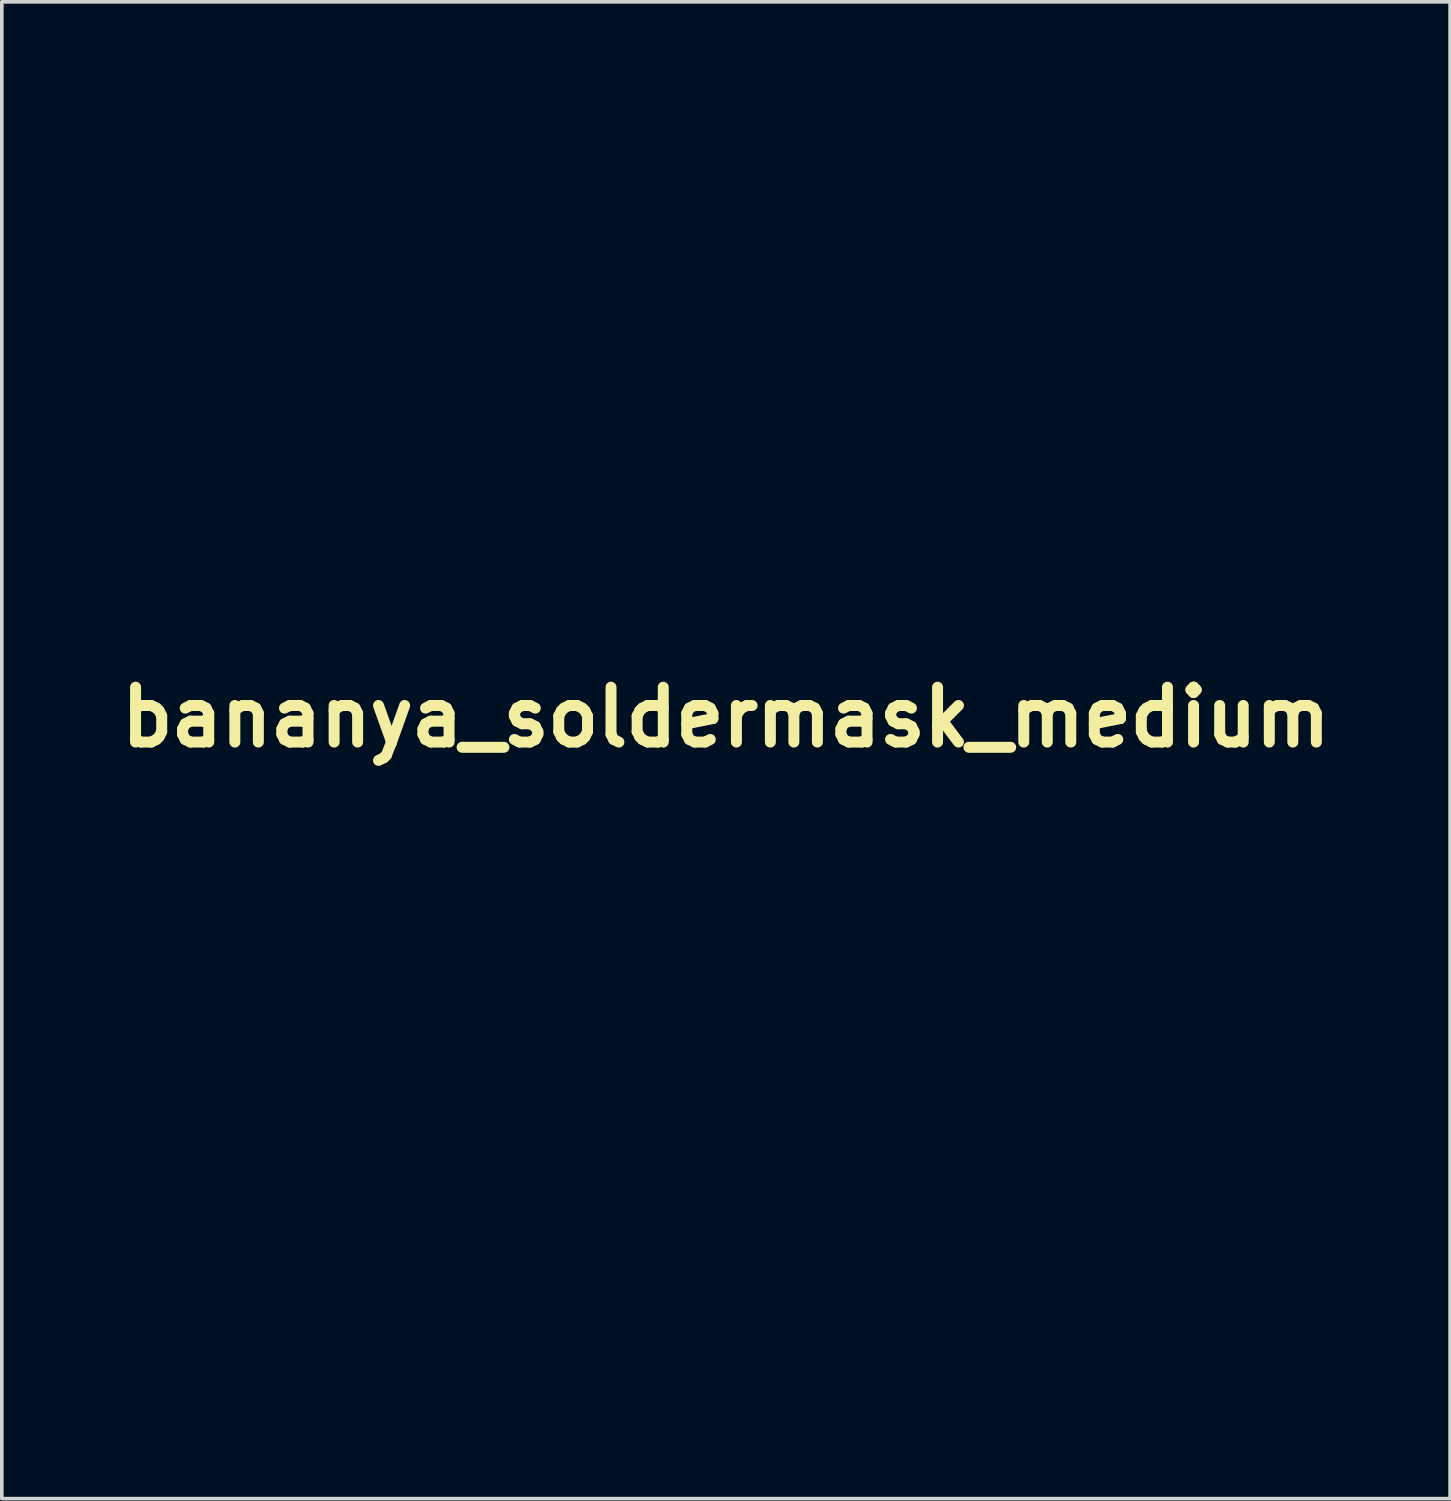
<source format=kicad_pcb>
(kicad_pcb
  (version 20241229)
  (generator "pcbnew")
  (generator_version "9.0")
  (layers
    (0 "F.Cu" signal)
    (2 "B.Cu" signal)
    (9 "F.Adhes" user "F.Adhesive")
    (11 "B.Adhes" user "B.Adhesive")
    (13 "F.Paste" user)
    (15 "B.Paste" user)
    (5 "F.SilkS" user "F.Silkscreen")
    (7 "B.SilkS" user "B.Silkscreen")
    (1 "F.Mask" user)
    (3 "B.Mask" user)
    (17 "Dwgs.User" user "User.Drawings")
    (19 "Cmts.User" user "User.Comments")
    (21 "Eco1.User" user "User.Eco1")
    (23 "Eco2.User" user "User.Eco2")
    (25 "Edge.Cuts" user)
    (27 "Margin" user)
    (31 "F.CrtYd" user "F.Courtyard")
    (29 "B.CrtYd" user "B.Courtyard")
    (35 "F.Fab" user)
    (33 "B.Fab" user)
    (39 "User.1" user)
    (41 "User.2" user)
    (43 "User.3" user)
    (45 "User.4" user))
  (footprint "bananya_soldermask_medium"
    (layer "F.Cu")
    (at 16.8 16.562)
    (property "Reference" "bananya_soldermask_medium" (at 0 0 0) (layer "F.SilkS") (effects (font (size 1.5 1.5) (thickness 0.3))))
    (attr board_only exclude_from_pos_files exclude_from_bom)
    (fp_poly (pts (xy -4.033 -12.073) (xy -3.907 -12.04) (xy -3.811 -11.959) (xy -3.756 -11.869) (xy -3.704 -11.694) (xy -3.7 -11.501) (xy -3.742 -11.306) (xy -3.827 -11.123) (xy -3.921 -10.999) (xy -4.062 -10.885) (xy -4.211 -10.832) (xy -4.367 -10.839) (xy -4.405 -10.85) (xy -4.512 -10.917) (xy -4.588 -11.035) (xy -4.633 -11.205) (xy -4.64 -11.265) (xy -4.641 -11.489) (xy -4.594 -11.679) (xy -4.499 -11.845) (xy -4.435 -11.919) (xy -4.339 -12.009) (xy -4.255 -12.059) (xy -4.158 -12.076)) (stroke (width 0) (type solid)) (fill yes) (layer "F.Mask"))
    (fp_poly (pts (xy -5.838 -11.347) (xy -5.772 -11.327) (xy -5.677 -11.283) (xy -5.62 -11.255) (xy -5.481 -11.174) (xy -5.353 -11.083) (xy -5.246 -10.99) (xy -5.168 -10.902) (xy -5.127 -10.829) (xy -5.13 -10.783) (xy -5.191 -10.74) (xy -5.299 -10.722) (xy -5.397 -10.725) (xy -5.484 -10.755) (xy -5.573 -10.81) (xy -5.679 -10.878) (xy -5.791 -10.939) (xy -5.834 -10.96) (xy -5.972 -11.036) (xy -6.058 -11.115) (xy -6.091 -11.191) (xy -6.07 -11.26) (xy -5.992 -11.316) (xy -5.951 -11.332) (xy -5.892 -11.348)) (stroke (width 0) (type solid)) (fill yes) (layer "F.Mask"))
    (fp_poly (pts (xy -5.319 -10.414) (xy -5.256 -10.357) (xy -5.234 -10.294) (xy -5.264 -10.217) (xy -5.351 -10.138) (xy -5.492 -10.061) (xy -5.681 -9.987) (xy -5.703 -9.98) (xy -5.857 -9.931) (xy -5.964 -9.901) (xy -6.037 -9.889) (xy -6.088 -9.894) (xy -6.127 -9.916) (xy -6.158 -9.944) (xy -6.211 -10.032) (xy -6.207 -10.124) (xy -6.148 -10.21) (xy -6.065 -10.268) (xy -5.989 -10.298) (xy -5.874 -10.334) (xy -5.737 -10.371) (xy -5.6 -10.403) (xy -5.481 -10.427) (xy -5.401 -10.437) (xy -5.398 -10.437)) (stroke (width 0) (type solid)) (fill yes) (layer "F.Mask"))
    (fp_poly (pts (xy 1.251 -10.113) (xy 1.362 -10.071) (xy 1.495 -10.008) (xy 1.637 -9.934) (xy 1.772 -9.854) (xy 1.888 -9.778) (xy 1.942 -9.735) (xy 2.03 -9.645) (xy 2.059 -9.571) (xy 2.031 -9.511) (xy 1.956 -9.466) (xy 1.885 -9.438) (xy 1.844 -9.424) (xy 1.841 -9.424) (xy 1.808 -9.433) (xy 1.743 -9.453) (xy 1.653 -9.494) (xy 1.589 -9.539) (xy 1.524 -9.587) (xy 1.429 -9.645) (xy 1.37 -9.676) (xy 1.232 -9.758) (xy 1.126 -9.846) (xy 1.057 -9.933) (xy 1.026 -10.012) (xy 1.037 -10.076) (xy 1.092 -10.117) (xy 1.178 -10.129)) (stroke (width 0) (type solid)) (fill yes) (layer "F.Mask"))
    (fp_poly (pts (xy -0.09 -11.853) (xy 0.021 -11.802) (xy 0.115 -11.705) (xy 0.192 -11.577) (xy 0.236 -11.485) (xy 0.261 -11.401) (xy 0.274 -11.301) (xy 0.277 -11.164) (xy 0.277 -11.151) (xy 0.261 -10.926) (xy 0.213 -10.753) (xy 0.132 -10.632) (xy 0.016 -10.56) (xy -0.135 -10.538) (xy -0.308 -10.561) (xy -0.415 -10.612) (xy -0.522 -10.707) (xy -0.612 -10.829) (xy -0.673 -10.962) (xy -0.677 -10.974) (xy -0.702 -11.13) (xy -0.702 -11.305) (xy -0.678 -11.475) (xy -0.632 -11.613) (xy -0.628 -11.621) (xy -0.538 -11.754) (xy -0.429 -11.833) (xy -0.287 -11.867) (xy -0.231 -11.869)) (stroke (width 0) (type solid)) (fill yes) (layer "F.Mask"))
    (fp_poly (pts (xy 1.982 -10.857) (xy 2.036 -10.846) (xy 2.082 -10.826) (xy 2.102 -10.815) (xy 2.184 -10.743) (xy 2.212 -10.659) (xy 2.182 -10.575) (xy 2.169 -10.558) (xy 2.137 -10.529) (xy 2.094 -10.507) (xy 2.032 -10.491) (xy 1.941 -10.478) (xy 1.812 -10.468) (xy 1.635 -10.458) (xy 1.524 -10.454) (xy 1.349 -10.448) (xy 1.224 -10.448) (xy 1.137 -10.454) (xy 1.076 -10.468) (xy 1.039 -10.484) (xy 0.97 -10.54) (xy 0.962 -10.602) (xy 1.014 -10.674) (xy 1.021 -10.681) (xy 1.078 -10.725) (xy 1.149 -10.759) (xy 1.246 -10.786) (xy 1.379 -10.809) (xy 1.558 -10.83) (xy 1.641 -10.838) (xy 1.798 -10.852) (xy 1.907 -10.859)) (stroke (width 0) (type solid)) (fill yes) (layer "F.Mask"))
    (fp_poly (pts (xy -2.473 -11.285) (xy -2.39 -11.235) (xy -2.33 -11.159) (xy -2.308 -11.069) (xy -2.329 -10.988) (xy -2.345 -10.968) (xy -2.358 -10.931) (xy -2.336 -10.873) (xy -2.295 -10.809) (xy -2.198 -10.69) (xy -2.074 -10.585) (xy -1.911 -10.484) (xy -1.773 -10.412) (xy -1.614 -10.332) (xy -1.504 -10.268) (xy -1.435 -10.214) (xy -1.398 -10.164) (xy -1.386 -10.11) (xy -1.385 -10.098) (xy -1.411 -10.005) (xy -1.48 -9.944) (xy -1.584 -9.917) (xy -1.715 -9.925) (xy -1.862 -9.97) (xy -1.946 -10.011) (xy -2.051 -10.079) (xy -2.173 -10.176) (xy -2.292 -10.283) (xy -2.322 -10.313) (xy -2.522 -10.52) (xy -2.69 -10.358) (xy -2.793 -10.266) (xy -2.9 -10.184) (xy -2.988 -10.129) (xy -3.111 -10.081) (xy -3.248 -10.051) (xy -3.378 -10.042) (xy -3.48 -10.055) (xy -3.505 -10.065) (xy -3.561 -10.121) (xy -3.569 -10.195) (xy -3.534 -10.276) (xy -3.463 -10.352) (xy -3.361 -10.414) (xy -3.294 -10.437) (xy -3.143 -10.497) (xy -2.995 -10.589) (xy -2.868 -10.699) (xy -2.779 -10.813) (xy -2.768 -10.835) (xy -2.73 -10.93) (xy -2.723 -10.992) (xy -2.737 -11.028) (xy -2.77 -11.123) (xy -2.744 -11.202) (xy -2.68 -11.252) (xy -2.568 -11.294)) (stroke (width 0) (type solid)) (fill yes) (layer "F.Mask"))
    (fp_poly (pts (xy 3.519 -3.401) (xy 3.82 -3.391) (xy 4.064 -3.365) (xy 4.157 -3.346) (xy 4.404 -3.271) (xy 4.681 -3.152) (xy 4.99 -2.988) (xy 5.333 -2.777) (xy 5.711 -2.519) (xy 5.861 -2.411) (xy 6.002 -2.291) (xy 6.167 -2.12) (xy 6.352 -1.903) (xy 6.554 -1.643) (xy 6.656 -1.503) (xy 6.942 -1.066) (xy 7.208 -0.58) (xy 7.452 -0.054) (xy 7.669 0.503) (xy 7.856 1.08) (xy 8.01 1.668) (xy 8.127 2.257) (xy 8.191 2.721) (xy 8.201 2.865) (xy 8.205 3.057) (xy 8.204 3.285) (xy 8.199 3.536) (xy 8.19 3.798) (xy 8.177 4.057) (xy 8.161 4.301) (xy 8.142 4.517) (xy 8.122 4.692) (xy 8.112 4.752) (xy 8.074 4.945) (xy 8.027 5.138) (xy 7.975 5.321) (xy 7.921 5.487) (xy 7.868 5.625) (xy 7.818 5.726) (xy 7.777 5.781) (xy 7.76 5.788) (xy 7.729 5.763) (xy 7.713 5.729) (xy 7.707 5.667) (xy 7.71 5.558) (xy 7.721 5.414) (xy 7.738 5.25) (xy 7.76 5.078) (xy 7.786 4.911) (xy 7.809 4.788) (xy 7.829 4.665) (xy 7.841 4.53) (xy 7.845 4.373) (xy 7.841 4.186) (xy 7.828 3.96) (xy 7.807 3.687) (xy 7.79 3.494) (xy 7.707 2.764) (xy 7.591 2.076) (xy 7.44 1.416) (xy 7.251 0.772) (xy 7.02 0.131) (xy 6.851 -0.277) (xy 6.723 -0.557) (xy 6.586 -0.815) (xy 6.428 -1.074) (xy 6.239 -1.353) (xy 6.227 -1.37) (xy 6.028 -1.641) (xy 5.853 -1.863) (xy 5.696 -2.039) (xy 5.555 -2.174) (xy 5.467 -2.245) (xy 5.375 -2.313) (xy 5.251 -2.403) (xy 5.116 -2.502) (xy 5.034 -2.563) (xy 4.887 -2.662) (xy 4.71 -2.771) (xy 4.527 -2.874) (xy 4.402 -2.938) (xy 4.28 -2.997) (xy 4.173 -3.043) (xy 4.072 -3.08) (xy 3.965 -3.11) (xy 3.842 -3.136) (xy 3.691 -3.161) (xy 3.502 -3.186) (xy 3.264 -3.215) (xy 3.233 -3.218) (xy 3.138 -3.234) (xy 3.064 -3.256) (xy 3.048 -3.263) (xy 3.02 -3.291) (xy 3.036 -3.325) (xy 3.057 -3.347) (xy 3.087 -3.37) (xy 3.132 -3.385) (xy 3.203 -3.395) (xy 3.31 -3.4) (xy 3.464 -3.401)) (stroke (width 0) (type solid)) (fill yes) (layer "F.Mask"))
    (fp_poly (pts (xy 2.009 -2.397) (xy 2.054 -2.303) (xy 2.087 -2.167) (xy 2.099 -2.077) (xy 2.11 -1.93) (xy 2.121 -1.734) (xy 2.132 -1.493) (xy 2.142 -1.214) (xy 2.151 -0.903) (xy 2.16 -0.565) (xy 2.167 -0.206) (xy 2.174 0.168) (xy 2.179 0.552) (xy 2.182 0.939) (xy 2.184 1.323) (xy 2.184 1.34) (xy 2.184 1.651) (xy 2.182 1.924) (xy 2.178 2.173) (xy 2.172 2.413) (xy 2.163 2.657) (xy 2.15 2.92) (xy 2.133 3.216) (xy 2.112 3.559) (xy 2.111 3.571) (xy 2.103 3.702) (xy 2.093 3.87) (xy 2.083 4.048) (xy 2.077 4.156) (xy 2.069 4.278) (xy 2.057 4.45) (xy 2.04 4.661) (xy 2.02 4.899) (xy 1.998 5.153) (xy 1.975 5.412) (xy 1.969 5.48) (xy 1.946 5.729) (xy 1.924 5.967) (xy 1.904 6.185) (xy 1.887 6.374) (xy 1.873 6.524) (xy 1.864 6.626) (xy 1.862 6.65) (xy 1.843 6.836) (xy 1.817 7.064) (xy 1.785 7.326) (xy 1.748 7.613) (xy 1.708 7.917) (xy 1.665 8.227) (xy 1.621 8.536) (xy 1.578 8.834) (xy 1.536 9.113) (xy 1.497 9.363) (xy 1.461 9.576) (xy 1.431 9.743) (xy 1.415 9.825) (xy 1.373 9.996) (xy 1.312 10.217) (xy 1.235 10.476) (xy 1.145 10.767) (xy 1.045 11.079) (xy 0.938 11.404) (xy 0.826 11.732) (xy 0.713 12.056) (xy 0.601 12.365) (xy 0.567 12.458) (xy 0.462 12.733) (xy 0.363 12.982) (xy 0.271 13.201) (xy 0.189 13.387) (xy 0.118 13.537) (xy 0.059 13.646) (xy 0.015 13.712) (xy -0.013 13.73) (xy -0.023 13.698) (xy -0.015 13.619) (xy 0.047 13.312) (xy 0.136 12.949) (xy 0.252 12.531) (xy 0.364 12.161) (xy 0.495 11.74) (xy 0.609 11.371) (xy 0.707 11.051) (xy 0.79 10.772) (xy 0.861 10.531) (xy 0.921 10.32) (xy 0.971 10.136) (xy 1.013 9.972) (xy 1.048 9.822) (xy 1.078 9.682) (xy 1.104 9.546) (xy 1.127 9.408) (xy 1.15 9.264) (xy 1.152 9.247) (xy 1.292 8.251) (xy 1.421 7.195) (xy 1.539 6.079) (xy 1.645 4.903) (xy 1.729 3.833) (xy 1.751 3.503) (xy 1.771 3.17) (xy 1.787 2.826) (xy 1.801 2.466) (xy 1.813 2.084) (xy 1.821 1.673) (xy 1.828 1.228) (xy 1.833 0.742) (xy 1.835 0.209) (xy 1.836 -0.377) (xy 1.836 -0.613) (xy 1.835 -0.988) (xy 1.835 -1.307) (xy 1.836 -1.574) (xy 1.837 -1.793) (xy 1.839 -1.97) (xy 1.841 -2.109) (xy 1.845 -2.214) (xy 1.85 -2.292) (xy 1.857 -2.345) (xy 1.864 -2.38) (xy 1.874 -2.401) (xy 1.885 -2.413) (xy 1.886 -2.414) (xy 1.954 -2.433)) (stroke (width 0) (type solid)) (fill yes) (layer "F.Mask"))
    (fp_poly (pts (xy -0.928 -16.562) (xy -0.681 -16.556) (xy -0.46 -16.546) (xy -0.292 -16.533) (xy -0.061 -16.507) (xy 0.139 -16.482) (xy 0.321 -16.456) (xy 0.496 -16.425) (xy 0.675 -16.387) (xy 0.87 -16.34) (xy 1.093 -16.282) (xy 1.355 -16.21) (xy 1.562 -16.153) (xy 1.938 -16.047) (xy 2.162 -16.138) (xy 2.414 -16.231) (xy 2.667 -16.303) (xy 2.933 -16.357) (xy 3.224 -16.393) (xy 3.551 -16.414) (xy 3.925 -16.422) (xy 4.163 -16.421) (xy 4.348 -16.414) (xy 4.487 -16.399) (xy 4.589 -16.375) (xy 4.661 -16.341) (xy 4.713 -16.295) (xy 4.726 -16.278) (xy 4.742 -16.244) (xy 4.754 -16.19) (xy 4.762 -16.109) (xy 4.768 -15.991) (xy 4.77 -15.829) (xy 4.771 -15.615) (xy 4.771 -15.564) (xy 4.769 -15.277) (xy 4.763 -15.038) (xy 4.752 -14.832) (xy 4.734 -14.644) (xy 4.709 -14.461) (xy 4.676 -14.269) (xy 4.661 -14.19) (xy 4.636 -14.062) (xy 4.624 -13.978) (xy 4.626 -13.923) (xy 4.641 -13.881) (xy 4.669 -13.836) (xy 4.784 -13.655) (xy 4.913 -13.426) (xy 5.052 -13.158) (xy 5.196 -12.861) (xy 5.341 -12.546) (xy 5.482 -12.222) (xy 5.613 -11.899) (xy 5.618 -11.884) (xy 5.681 -11.724) (xy 5.74 -11.573) (xy 5.79 -11.447) (xy 5.826 -11.36) (xy 5.832 -11.345) (xy 5.863 -11.26) (xy 5.905 -11.127) (xy 5.956 -10.957) (xy 6.011 -10.762) (xy 6.068 -10.554) (xy 6.123 -10.345) (xy 6.174 -10.145) (xy 6.217 -9.968) (xy 6.236 -9.883) (xy 6.266 -9.748) (xy 6.308 -9.57) (xy 6.358 -9.365) (xy 6.411 -9.148) (xy 6.463 -8.944) (xy 6.515 -8.73) (xy 6.566 -8.509) (xy 6.611 -8.299) (xy 6.648 -8.115) (xy 6.671 -7.982) (xy 6.723 -7.635) (xy 6.914 -7.635) (xy 7.135 -7.614) (xy 7.385 -7.553) (xy 7.649 -7.459) (xy 7.914 -7.336) (xy 8.166 -7.19) (xy 8.34 -7.068) (xy 8.513 -6.916) (xy 8.692 -6.722) (xy 8.878 -6.481) (xy 9.075 -6.191) (xy 9.285 -5.848) (xy 9.461 -5.539) (xy 9.614 -5.253) (xy 9.741 -4.996) (xy 9.849 -4.749) (xy 9.945 -4.498) (xy 10.034 -4.225) (xy 10.123 -3.914) (xy 10.16 -3.772) (xy 10.199 -3.629) (xy 10.232 -3.509) (xy 10.257 -3.423) (xy 10.27 -3.384) (xy 10.27 -3.383) (xy 10.281 -3.341) (xy 10.299 -3.247) (xy 10.32 -3.112) (xy 10.344 -2.946) (xy 10.371 -2.757) (xy 10.397 -2.557) (xy 10.422 -2.354) (xy 10.445 -2.159) (xy 10.464 -1.981) (xy 10.468 -1.94) (xy 10.485 -1.772) (xy 10.505 -1.597) (xy 10.524 -1.442) (xy 10.532 -1.385) (xy 10.552 -1.203) (xy 10.568 -0.98) (xy 10.581 -0.729) (xy 10.589 -0.459) (xy 10.594 -0.182) (xy 10.594 0.092) (xy 10.59 0.351) (xy 10.582 0.586) (xy 10.57 0.786) (xy 10.553 0.939) (xy 10.545 0.985) (xy 10.539 1.037) (xy 10.532 1.141) (xy 10.524 1.287) (xy 10.514 1.465) (xy 10.505 1.666) (xy 10.5 1.786) (xy 10.471 2.282) (xy 10.422 2.789) (xy 10.357 3.294) (xy 10.276 3.786) (xy 10.183 4.251) (xy 10.079 4.679) (xy 9.98 5.013) (xy 9.925 5.181) (xy 9.876 5.336) (xy 9.837 5.464) (xy 9.811 5.554) (xy 9.804 5.583) (xy 9.782 5.659) (xy 9.738 5.787) (xy 9.671 5.968) (xy 9.581 6.203) (xy 9.468 6.494) (xy 9.386 6.702) (xy 9.209 7.102) (xy 9.018 7.446) (xy 8.813 7.733) (xy 8.595 7.963) (xy 8.364 8.133) (xy 8.121 8.245) (xy 7.966 8.283) (xy 7.743 8.301) (xy 7.527 8.278) (xy 7.328 8.22) (xy 7.158 8.131) (xy 7.027 8.014) (xy 6.958 7.903) (xy 6.924 7.819) (xy 6.896 7.733) (xy 6.874 7.638) (xy 6.858 7.528) (xy 6.848 7.398) (xy 6.844 7.242) (xy 6.844 7.054) (xy 6.85 6.828) (xy 6.861 6.559) (xy 6.876 6.24) (xy 6.897 5.866) (xy 6.898 5.834) (xy 6.913 5.551) (xy 6.921 5.309) (xy 6.923 5.088) (xy 6.918 4.867) (xy 6.908 4.626) (xy 6.9 4.479) (xy 6.887 4.275) (xy 6.873 4.082) (xy 6.86 3.912) (xy 6.848 3.777) (xy 6.838 3.689) (xy 6.836 3.679) (xy 6.811 3.525) (xy 6.808 3.696) (xy 6.8 3.826) (xy 6.782 4.007) (xy 6.755 4.229) (xy 6.721 4.482) (xy 6.682 4.756) (xy 6.638 5.043) (xy 6.591 5.331) (xy 6.542 5.612) (xy 6.494 5.875) (xy 6.447 6.111) (xy 6.434 6.173) (xy 6.342 6.589) (xy 6.255 6.959) (xy 6.167 7.295) (xy 6.076 7.613) (xy 5.975 7.925) (xy 5.863 8.246) (xy 5.733 8.59) (xy 5.654 8.794) (xy 5.437 9.328) (xy 5.225 9.818) (xy 5.008 10.282) (xy 4.78 10.737) (xy 4.532 11.199) (xy 4.255 11.686) (xy 4.211 11.761) (xy 4.103 11.948) (xy 3.976 12.167) (xy 3.845 12.396) (xy 3.722 12.613) (xy 3.667 12.71) (xy 3.446 13.093) (xy 3.232 13.437) (xy 3.013 13.763) (xy 2.84 14.005) (xy 2.757 14.108) (xy 2.638 14.244) (xy 2.491 14.406) (xy 2.325 14.582) (xy 2.147 14.767) (xy 1.967 14.949) (xy 1.794 15.121) (xy 1.634 15.273) (xy 1.498 15.398) (xy 1.447 15.442) (xy 1.199 15.667) (xy 0.934 15.934) (xy 0.663 16.231) (xy 0.397 16.544) (xy 0.148 16.861) (xy -0.075 17.17) (xy -0.226 17.399) (xy -0.303 17.515) (xy -0.397 17.642) (xy -0.501 17.773) (xy -0.605 17.896) (xy -0.701 18.002) (xy -0.782 18.083) (xy -0.84 18.128) (xy -0.857 18.134) (xy -0.907 18.148) (xy -0.988 18.182) (xy -1.042 18.209) (xy -1.154 18.255) (xy -1.291 18.296) (xy -1.385 18.316) (xy -1.48 18.327) (xy -1.621 18.337) (xy -1.794 18.347) (xy -1.985 18.355) (xy -2.182 18.361) (xy -2.372 18.365) (xy -2.539 18.366) (xy -2.672 18.364) (xy -2.756 18.359) (xy -2.873 18.34) (xy -3.014 18.311) (xy -3.162 18.276) (xy -3.303 18.239) (xy -3.42 18.204) (xy -3.497 18.175) (xy -3.51 18.168) (xy -3.646 18.074) (xy -3.794 17.956) (xy -3.937 17.83) (xy -4.058 17.71) (xy -4.123 17.632) (xy -4.246 17.452) (xy -4.319 17.296) (xy -4.346 17.158) (xy -4.337 17.052) (xy -4.323 16.94) (xy -4.322 16.782) (xy -4.331 16.595) (xy -4.35 16.393) (xy -4.376 16.21) (xy -4.408 16.084) (xy -4.472 15.916) (xy -4.568 15.702) (xy -4.635 15.563) (xy -4.734 15.358) (xy -4.84 15.122) (xy -4.943 14.881) (xy -5.031 14.663) (xy -5.046 14.624) (xy -5.122 14.425) (xy -5.213 14.193) (xy -5.308 13.949) (xy -5.399 13.717) (xy -5.442 13.608) (xy -5.566 13.293) (xy -5.671 13.014) (xy -5.759 12.76) (xy -5.835 12.518) (xy -5.902 12.278) (xy -5.962 12.027) (xy -6.018 11.754) (xy -6.074 11.448) (xy -6.134 11.095) (xy -6.155 10.96) (xy -6.202 10.67) (xy -6.239 10.425) (xy -6.269 10.209) (xy -6.294 10.009) (xy -6.317 9.809) (xy -6.338 9.592) (xy -6.358 9.375) (xy -6.377 9.151) (xy -6.4 8.896) (xy -6.424 8.64) (xy -6.445 8.411) (xy -6.447 8.39) (xy -6.466 8.185) (xy -6.487 7.943) (xy -6.509 7.687) (xy -6.53 7.44) (xy -6.54 7.312) (xy -6.575 6.877) (xy -6.605 6.5) (xy -6.631 6.176) (xy -6.65 5.958) (xy -6.212 5.958) (xy -6.209 6.046) (xy -6.2 6.181) (xy -6.188 6.356) (xy -6.171 6.563) (xy -6.152 6.796) (xy -6.13 7.046) (xy -6.106 7.307) (xy -6.082 7.572) (xy -6.057 7.832) (xy -6.032 8.082) (xy -6.008 8.314) (xy -5.986 8.52) (xy -5.966 8.694) (xy -5.958 8.759) (xy -5.938 8.927) (xy -5.917 9.13) (xy -5.896 9.342) (xy -5.88 9.529) (xy -5.846 9.906) (xy -5.8 10.296) (xy -5.742 10.709) (xy -5.669 11.155) (xy -5.581 11.646) (xy -5.539 11.869) (xy -5.474 12.154) (xy -5.381 12.483) (xy -5.263 12.846) (xy -5.123 13.234) (xy -4.964 13.636) (xy -4.952 13.666) (xy -4.864 13.882) (xy -4.771 14.114) (xy -4.68 14.342) (xy -4.6 14.549) (xy -4.543 14.697) (xy -4.474 14.875) (xy -4.402 15.055) (xy -4.334 15.219) (xy -4.278 15.347) (xy -4.268 15.369) (xy -4.217 15.48) (xy -4.178 15.57) (xy -4.158 15.623) (xy -4.157 15.631) (xy -4.135 15.665) (xy -4.082 15.718) (xy -4.065 15.733) (xy -4.02 15.775) (xy -3.99 15.823) (xy -3.969 15.891) (xy -3.953 15.995) (xy -3.942 16.087) (xy -3.928 16.246) (xy -3.917 16.434) (xy -3.911 16.622) (xy -3.91 16.693) (xy -3.908 16.829) (xy -3.903 16.94) (xy -3.894 17.013) (xy -3.887 17.036) (xy -3.848 17.039) (xy -3.763 17.037) (xy -3.647 17.029) (xy -3.587 17.024) (xy -3.471 17.016) (xy -3.307 17.008) (xy -3.111 17.002) (xy -2.895 16.997) (xy -2.674 16.995) (xy -2.627 16.994) (xy -1.944 16.991) (xy -1.801 16.697) (xy -1.741 16.579) (xy -1.69 16.488) (xy -1.654 16.433) (xy -1.64 16.422) (xy -1.618 16.406) (xy -1.576 16.345) (xy -1.521 16.252) (xy -1.494 16.202) (xy -1.437 16.101) (xy -1.355 15.96) (xy -1.256 15.792) (xy -1.146 15.61) (xy -1.033 15.426) (xy -1.023 15.409) (xy -0.839 15.111) (xy -0.685 14.862) (xy -0.558 14.66) (xy -0.457 14.503) (xy -0.379 14.386) (xy -0.321 14.308) (xy -0.281 14.267) (xy -0.257 14.258) (xy -0.247 14.28) (xy -0.247 14.329) (xy -0.255 14.404) (xy -0.27 14.501) (xy -0.281 14.572) (xy -0.31 14.718) (xy -0.354 14.882) (xy -0.405 15.044) (xy -0.459 15.185) (xy -0.508 15.285) (xy -0.508 15.286) (xy -0.537 15.332) (xy -0.591 15.42) (xy -0.666 15.541) (xy -0.755 15.684) (xy -0.831 15.807) (xy -0.926 15.964) (xy -1.012 16.109) (xy -1.081 16.232) (xy -1.128 16.321) (xy -1.145 16.361) (xy -1.163 16.426) (xy -1.194 16.536) (xy -1.232 16.677) (xy -1.274 16.833) (xy -1.28 16.856) (xy -1.386 17.257) (xy -1.3 17.334) (xy -1.229 17.405) (xy -1.147 17.498) (xy -1.112 17.541) (xy -1.054 17.614) (xy -1.013 17.662) (xy -1.001 17.672) (xy -0.981 17.648) (xy -0.936 17.583) (xy -0.874 17.488) (xy -0.829 17.418) (xy -0.414 16.811) (xy 0.024 16.255) (xy 0.493 15.741) (xy 0.785 15.456) (xy 1.043 15.211) (xy 1.297 14.962) (xy 1.543 14.717) (xy 1.773 14.48) (xy 1.983 14.259) (xy 2.166 14.058) (xy 2.317 13.884) (xy 2.43 13.744) (xy 2.458 13.705) (xy 2.585 13.518) (xy 2.732 13.288) (xy 2.894 13.027) (xy 3.061 12.745) (xy 3.228 12.456) (xy 3.311 12.308) (xy 3.366 12.212) (xy 3.444 12.075) (xy 3.54 11.909) (xy 3.647 11.728) (xy 3.756 11.542) (xy 3.772 11.515) (xy 4.002 11.111) (xy 4.229 10.693) (xy 4.444 10.274) (xy 4.64 9.87) (xy 4.81 9.497) (xy 4.855 9.39) (xy 4.984 9.076) (xy 5.11 8.765) (xy 5.227 8.466) (xy 5.332 8.19) (xy 5.421 7.946) (xy 5.49 7.746) (xy 5.506 7.696) (xy 5.58 7.443) (xy 5.661 7.14) (xy 5.746 6.796) (xy 5.832 6.422) (xy 5.918 6.028) (xy 6 5.625) (xy 6.077 5.222) (xy 6.147 4.831) (xy 6.206 4.471) (xy 6.262 4.033) (xy 6.304 3.549) (xy 6.329 3.033) (xy 6.339 2.5) (xy 6.333 1.965) (xy 6.315 1.527) (xy 6.29 1.099) (xy 5.979 0.48) (xy 5.795 0.13) (xy 5.608 -0.185) (xy 5.409 -0.483) (xy 5.185 -0.78) (xy 4.926 -1.093) (xy 4.857 -1.172) (xy 4.589 -1.455) (xy 4.297 -1.722) (xy 3.99 -1.966) (xy 3.676 -2.183) (xy 3.364 -2.367) (xy 3.061 -2.513) (xy 2.775 -2.615) (xy 2.586 -2.658) (xy 2.459 -2.681) (xy 2.35 -2.703) (xy 2.278 -2.722) (xy 2.266 -2.726) (xy 2.225 -2.736) (xy 2.228 -2.716) (xy 2.225 -2.688) (xy 2.182 -2.651) (xy 2.095 -2.604) (xy 1.959 -2.545) (xy 1.77 -2.47) (xy 1.689 -2.439) (xy 1.502 -2.365) (xy 1.356 -2.298) (xy 1.235 -2.226) (xy 1.12 -2.139) (xy 0.994 -2.027) (xy 0.973 -2.007) (xy 0.663 -1.697) (xy 0.369 -1.37) (xy 0.099 -1.036) (xy -0.14 -0.704) (xy -0.342 -0.384) (xy -0.499 -0.084) (xy -0.521 -0.036) (xy -0.653 0.297) (xy -0.777 0.678) (xy -0.893 1.094) (xy -0.995 1.532) (xy -1.082 1.978) (xy -1.151 2.42) (xy -1.198 2.844) (xy -1.218 3.14) (xy -1.224 3.265) (xy -1.231 3.438) (xy -1.24 3.645) (xy -1.249 3.874) (xy -1.259 4.109) (xy -1.264 4.233) (xy -1.28 4.531) (xy -1.302 4.848) (xy -1.331 5.174) (xy -1.365 5.501) (xy -1.403 5.82) (xy -1.443 6.123) (xy -1.485 6.401) (xy -1.527 6.645) (xy -1.569 6.848) (xy -1.61 6.999) (xy -1.619 7.027) (xy -1.65 7.119) (xy -1.689 7.247) (xy -1.73 7.386) (xy -1.74 7.422) (xy -1.875 7.814) (xy -2.047 8.161) (xy -2.254 8.461) (xy -2.494 8.712) (xy -2.765 8.912) (xy -3.067 9.06) (xy -3.242 9.118) (xy -3.508 9.16) (xy -3.785 9.146) (xy -4.065 9.077) (xy -4.341 8.954) (xy -4.562 8.813) (xy -4.755 8.65) (xy -4.936 8.459) (xy -5.091 8.258) (xy -5.189 8.094) (xy -5.263 7.954) (xy -5.348 7.802) (xy -5.415 7.687) (xy -5.477 7.58) (xy -5.554 7.437) (xy -5.637 7.278) (xy -5.705 7.141) (xy -5.771 7.004) (xy -5.831 6.871) (xy -5.89 6.731) (xy -5.953 6.572) (xy -6.024 6.384) (xy -6.107 6.153) (xy -6.148 6.04) (xy -6.179 5.965) (xy -6.203 5.925) (xy -6.21 5.923) (xy -6.212 5.958) (xy -6.65 5.958) (xy -6.654 5.903) (xy -6.673 5.676) (xy -6.69 5.492) (xy -6.703 5.347) (xy -6.714 5.236) (xy -6.723 5.157) (xy -6.731 5.106) (xy -6.737 5.079) (xy -6.74 5.072) (xy -6.754 5.091) (xy -6.775 5.16) (xy -6.802 5.268) (xy -6.831 5.405) (xy -6.832 5.411) (xy -6.902 5.722) (xy -6.986 6.021) (xy -7.08 6.299) (xy -7.181 6.549) (xy -7.286 6.761) (xy -7.392 6.928) (xy -7.489 7.036) (xy -7.633 7.144) (xy -7.777 7.211) (xy -7.948 7.249) (xy -7.999 7.255) (xy -8.172 7.252) (xy -8.324 7.2) (xy -8.468 7.094) (xy -8.534 7.027) (xy -8.589 6.954) (xy -8.636 6.865) (xy -8.675 6.752) (xy -8.708 6.608) (xy -8.738 6.425) (xy -8.765 6.195) (xy -8.79 5.942) (xy -8.807 5.747) (xy -8.823 5.582) (xy -8.84 5.434) (xy -8.857 5.294) (xy -8.878 5.151) (xy -8.904 4.994) (xy -8.937 4.813) (xy -8.977 4.597) (xy -9.028 4.335) (xy -9.05 4.218) (xy -9.169 3.624) (xy -9.302 2.998) (xy -9.444 2.362) (xy -9.591 1.738) (xy -9.736 1.15) (xy -9.754 1.078) (xy -9.827 0.778) (xy -9.902 0.444) (xy -9.973 0.1) (xy -10.036 -0.228) (xy -10.065 -0.397) (xy -10.105 -0.64) (xy -10.136 -0.836) (xy -10.158 -0.999) (xy -10.174 -1.144) (xy -10.183 -1.282) (xy -10.188 -1.43) (xy -10.19 -1.599) (xy -10.191 -1.671) (xy -9.713 -1.671) (xy -9.702 -1.311) (xy -9.676 -0.977) (xy -9.643 -0.739) (xy -9.611 -0.55) (xy -9.578 -0.348) (xy -9.548 -0.159) (xy -9.525 -0.015) (xy -9.511 0.069) (xy -9.493 0.169) (xy -9.471 0.288) (xy -9.442 0.431) (xy -9.406 0.604) (xy -9.362 0.812) (xy -9.309 1.059) (xy -9.246 1.35) (xy -9.172 1.691) (xy -9.085 2.085) (xy -9.066 2.171) (xy -8.968 2.623) (xy -8.882 3.021) (xy -8.808 3.37) (xy -8.745 3.676) (xy -8.693 3.943) (xy -8.649 4.179) (xy -8.614 4.387) (xy -8.585 4.574) (xy -8.562 4.746) (xy -8.545 4.906) (xy -8.531 5.063) (xy -8.531 5.065) (xy -8.502 5.419) (xy -8.476 5.717) (xy -8.451 5.965) (xy -8.427 6.166) (xy -8.403 6.328) (xy -8.379 6.454) (xy -8.353 6.551) (xy -8.324 6.623) (xy -8.316 6.64) (xy -8.256 6.732) (xy -8.191 6.804) (xy -8.159 6.828) (xy -8.045 6.855) (xy -7.917 6.835) (xy -7.797 6.772) (xy -7.792 6.767) (xy -7.703 6.674) (xy -7.612 6.543) (xy -7.534 6.398) (xy -7.484 6.262) (xy -7.483 6.26) (xy -7.466 6.183) (xy -7.441 6.059) (xy -7.412 5.903) (xy -7.38 5.728) (xy -7.349 5.55) (xy -7.321 5.381) (xy -7.297 5.237) (xy -7.282 5.132) (xy -7.28 5.111) (xy -7.272 5.037) (xy -7.26 4.919) (xy -7.247 4.774) (xy -7.234 4.634) (xy -7.214 4.438) (xy -7.186 4.217) (xy -7.156 4.005) (xy -7.14 3.901) (xy -7.113 3.723) (xy -7.099 3.591) (xy -7.099 3.496) (xy -7.11 3.424) (xy -7.139 3.307) (xy -7.178 3.145) (xy -7.222 2.952) (xy -7.268 2.745) (xy -7.313 2.536) (xy -7.354 2.343) (xy -7.387 2.179) (xy -7.392 2.155) (xy -7.422 2.004) (xy -7.461 1.814) (xy -7.504 1.607) (xy -7.547 1.405) (xy -7.558 1.355) (xy -7.644 0.95) (xy -7.715 0.592) (xy -7.77 0.269) (xy -7.813 -0.031) (xy -7.843 -0.319) (xy -7.863 -0.61) (xy -7.874 -0.913) (xy -7.877 -1.241) (xy -7.874 -1.43) (xy -7.419 -1.43) (xy -7.418 -1.115) (xy -7.414 -0.849) (xy -7.405 -0.615) (xy -7.391 -0.402) (xy -7.37 -0.194) (xy -7.341 0.022) (xy -7.303 0.26) (xy -7.265 0.477) (xy -7.207 0.788) (xy -7.136 1.131) (xy -7.056 1.498) (xy -6.968 1.879) (xy -6.876 2.264) (xy -6.781 2.643) (xy -6.686 3.007) (xy -6.593 3.346) (xy -6.505 3.65) (xy -6.425 3.909) (xy -6.378 4.049) (xy -6.315 4.229) (xy -6.24 4.446) (xy -6.16 4.68) (xy -6.083 4.908) (xy -6.04 5.034) (xy -5.97 5.239) (xy -5.894 5.452) (xy -5.819 5.655) (xy -5.751 5.831) (xy -5.712 5.927) (xy -5.636 6.106) (xy -5.552 6.307) (xy -5.471 6.501) (xy -5.433 6.594) (xy -5.372 6.738) (xy -5.31 6.871) (xy -5.242 7.002) (xy -5.161 7.143) (xy -5.063 7.303) (xy -4.942 7.492) (xy -4.791 7.719) (xy -4.765 7.759) (xy -4.584 8.019) (xy -4.426 8.225) (xy -4.289 8.378) (xy -4.17 8.482) (xy -4.11 8.52) (xy -3.864 8.625) (xy -3.635 8.672) (xy -3.417 8.661) (xy -3.208 8.591) (xy -3.167 8.571) (xy -2.949 8.422) (xy -2.742 8.22) (xy -2.55 7.971) (xy -2.379 7.683) (xy -2.232 7.363) (xy -2.115 7.019) (xy -2.05 6.758) (xy -1.982 6.407) (xy -1.922 6.052) (xy -1.869 5.686) (xy -1.824 5.3) (xy -1.784 4.886) (xy -1.749 4.439) (xy -1.719 3.948) (xy -1.692 3.408) (xy -1.681 3.125) (xy -1.671 2.99) (xy -1.652 2.808) (xy -1.626 2.593) (xy -1.595 2.359) (xy -1.56 2.119) (xy -1.524 1.887) (xy -1.489 1.677) (xy -1.455 1.502) (xy -1.444 1.452) (xy -1.404 1.287) (xy -1.349 1.083) (xy -1.284 0.86) (xy -1.216 0.635) (xy -1.15 0.429) (xy -1.092 0.261) (xy -1.087 0.246) (xy -0.989 0.006) (xy -0.868 -0.257) (xy -0.733 -0.523) (xy -0.594 -0.776) (xy -0.459 -0.998) (xy -0.389 -1.101) (xy -0.29 -1.24) (xy -0.185 -1.388) (xy -0.092 -1.52) (xy -0.056 -1.57) (xy 0.092 -1.767) (xy 0.25 -1.952) (xy 0.409 -2.119) (xy 0.563 -2.26) (xy 0.702 -2.368) (xy 0.82 -2.434) (xy 0.861 -2.448) (xy 0.938 -2.477) (xy 1.029 -2.526) (xy 1.048 -2.538) (xy 1.295 -2.68) (xy 1.55 -2.784) (xy 1.832 -2.858) (xy 2.14 -2.903) (xy 2.443 -2.929) (xy 2.697 -2.936) (xy 2.914 -2.922) (xy 3.102 -2.888) (xy 3.233 -2.848) (xy 3.657 -2.668) (xy 4.068 -2.442) (xy 4.467 -2.167) (xy 4.857 -1.84) (xy 5.242 -1.46) (xy 5.624 -1.023) (xy 6.006 -0.527) (xy 6.028 -0.498) (xy 6.214 -0.215) (xy 6.401 0.118) (xy 6.583 0.49) (xy 6.757 0.891) (xy 6.917 1.309) (xy 7.059 1.734) (xy 7.17 2.124) (xy 7.26 2.526) (xy 7.334 2.969) (xy 7.391 3.435) (xy 7.429 3.908) (xy 7.445 4.368) (xy 7.439 4.788) (xy 7.421 5.188) (xy 7.403 5.534) (xy 7.386 5.834) (xy 7.368 6.096) (xy 7.349 6.328) (xy 7.328 6.537) (xy 7.305 6.731) (xy 7.299 6.782) (xy 7.269 7.018) (xy 7.248 7.2) (xy 7.238 7.339) (xy 7.237 7.442) (xy 7.247 7.518) (xy 7.269 7.574) (xy 7.301 7.62) (xy 7.335 7.655) (xy 7.49 7.785) (xy 7.626 7.861) (xy 7.75 7.885) (xy 7.873 7.858) (xy 8.002 7.782) (xy 8.027 7.763) (xy 8.191 7.603) (xy 8.357 7.384) (xy 8.521 7.109) (xy 8.683 6.779) (xy 8.824 6.443) (xy 8.894 6.268) (xy 8.979 6.063) (xy 9.068 5.855) (xy 9.147 5.677) (xy 9.282 5.336) (xy 9.399 4.965) (xy 9.489 4.591) (xy 9.528 4.372) (xy 9.541 4.288) (xy 9.563 4.161) (xy 9.59 4.007) (xy 9.62 3.843) (xy 9.621 3.833) (xy 9.655 3.641) (xy 9.691 3.431) (xy 9.723 3.23) (xy 9.744 3.094) (xy 9.771 2.911) (xy 9.804 2.7) (xy 9.837 2.495) (xy 9.853 2.401) (xy 9.869 2.28) (xy 9.884 2.105) (xy 9.9 1.885) (xy 9.915 1.626) (xy 9.929 1.338) (xy 9.942 1.028) (xy 9.954 0.703) (xy 9.965 0.373) (xy 9.974 0.044) (xy 9.981 -0.275) (xy 9.986 -0.577) (xy 9.988 -0.853) (xy 9.988 -1.096) (xy 9.985 -1.298) (xy 9.978 -1.45) (xy 9.975 -1.494) (xy 9.934 -1.87) (xy 9.881 -2.265) (xy 9.818 -2.666) (xy 9.746 -3.063) (xy 9.669 -3.443) (xy 9.587 -3.794) (xy 9.504 -4.106) (xy 9.432 -4.338) (xy 9.358 -4.545) (xy 9.286 -4.729) (xy 9.206 -4.907) (xy 9.11 -5.1) (xy 8.99 -5.324) (xy 8.98 -5.342) (xy 8.791 -5.68) (xy 8.622 -5.968) (xy 8.466 -6.212) (xy 8.319 -6.418) (xy 8.176 -6.591) (xy 8.031 -6.739) (xy 7.88 -6.868) (xy 7.718 -6.983) (xy 7.538 -7.091) (xy 7.512 -7.106) (xy 7.387 -7.166) (xy 7.237 -7.224) (xy 7.083 -7.275) (xy 6.942 -7.311) (xy 6.835 -7.327) (xy 6.824 -7.328) (xy 6.767 -7.319) (xy 6.745 -7.282) (xy 6.742 -7.227) (xy 6.716 -7.084) (xy 6.644 -6.909) (xy 6.53 -6.709) (xy 6.377 -6.489) (xy 6.19 -6.252) (xy 5.973 -6.004) (xy 5.73 -5.75) (xy 5.466 -5.494) (xy 5.183 -5.241) (xy 4.887 -4.996) (xy 4.695 -4.847) (xy 4.338 -4.583) (xy 4.02 -4.357) (xy 3.733 -4.165) (xy 3.47 -4.003) (xy 3.225 -3.867) (xy 2.991 -3.752) (xy 2.76 -3.655) (xy 2.565 -3.585) (xy 2.408 -3.534) (xy 2.264 -3.492) (xy 2.145 -3.462) (xy 2.068 -3.448) (xy 2.057 -3.447) (xy 2.002 -3.439) (xy 1.942 -3.412) (xy 1.864 -3.358) (xy 1.76 -3.271) (xy 1.693 -3.212) (xy 1.359 -2.939) (xy 1.031 -2.725) (xy 0.706 -2.57) (xy 0.391 -2.472) (xy 0.293 -2.449) (xy 0.22 -2.423) (xy 0.157 -2.387) (xy 0.089 -2.33) (xy 0.002 -2.242) (xy -0.063 -2.173) (xy -0.326 -1.88) (xy -0.576 -1.572) (xy -0.808 -1.258) (xy -1.012 -0.951) (xy -1.182 -0.66) (xy -1.302 -0.416) (xy -1.341 -0.326) (xy -1.378 -0.236) (xy -1.417 -0.139) (xy -1.46 -0.026) (xy -1.511 0.111) (xy -1.573 0.28) (xy -1.649 0.491) (xy -1.743 0.75) (xy -1.755 0.785) (xy -1.8 0.921) (xy -1.848 1.092) (xy -1.895 1.273) (xy -1.922 1.393) (xy -1.942 1.487) (xy -1.96 1.579) (xy -1.977 1.673) (xy -1.992 1.774) (xy -2.007 1.884) (xy -2.021 2.009) (xy -2.036 2.152) (xy -2.05 2.317) (xy -2.065 2.508) (xy -2.08 2.729) (xy -2.097 2.984) (xy -2.115 3.276) (xy -2.134 3.611) (xy -2.156 3.992) (xy -2.18 4.422) (xy -2.207 4.907) (xy -2.234 5.403) (xy -2.28 5.926) (xy -2.365 6.451) (xy -2.491 6.991) (xy -2.652 7.535) (xy -2.732 7.76) (xy -2.808 7.926) (xy -2.88 8.035) (xy -2.951 8.09) (xy -2.989 8.097) (xy -3.03 8.085) (xy -3.045 8.042) (xy -3.034 7.961) (xy -2.996 7.834) (xy -2.985 7.802) (xy -2.915 7.562) (xy -2.85 7.266) (xy -2.791 6.918) (xy -2.738 6.523) (xy -2.692 6.086) (xy -2.653 5.612) (xy -2.623 5.106) (xy -2.618 5.003) (xy -2.592 4.46) (xy -2.569 3.973) (xy -2.547 3.539) (xy -2.526 3.151) (xy -2.504 2.806) (xy -2.482 2.497) (xy -2.457 2.221) (xy -2.431 1.973) (xy -2.401 1.747) (xy -2.367 1.539) (xy -2.328 1.344) (xy -2.284 1.157) (xy -2.234 0.973) (xy -2.176 0.788) (xy -2.111 0.596) (xy -2.037 0.392) (xy -1.954 0.173) (xy -1.862 -0.067) (xy -1.81 -0.2) (xy -1.723 -0.412) (xy -1.637 -0.599) (xy -1.54 -0.779) (xy -1.424 -0.972) (xy -1.285 -1.185) (xy -0.997 -1.594) (xy -0.719 -1.945) (xy -0.497 -2.192) (xy -0.421 -2.269) (xy -0.376 -2.322) (xy -0.367 -2.356) (xy -0.399 -2.378) (xy -0.478 -2.395) (xy -0.609 -2.415) (xy -0.685 -2.426) (xy -0.924 -2.485) (xy -1.136 -2.584) (xy -1.313 -2.715) (xy -1.444 -2.873) (xy -1.487 -2.954) (xy -1.536 -3.135) (xy -1.54 -3.341) (xy -1.499 -3.558) (xy -1.478 -3.621) (xy -1.434 -3.747) (xy -1.414 -3.827) (xy -1.421 -3.873) (xy -1.46 -3.897) (xy -1.534 -3.911) (xy -1.57 -3.916) (xy -1.687 -3.933) (xy -1.86 -3.96) (xy -2.082 -3.994) (xy -2.349 -4.035) (xy -2.655 -4.083) (xy -2.94 -4.127) (xy -3.099 -4.149) (xy -3.299 -4.171) (xy -3.522 -4.191) (xy -3.747 -4.208) (xy -3.884 -4.216) (xy -4.068 -4.226) (xy -4.232 -4.236) (xy -4.366 -4.245) (xy -4.459 -4.251) (xy -4.5 -4.256) (xy -4.528 -4.241) (xy -4.533 -4.177) (xy -4.531 -4.163) (xy -4.534 -4.042) (xy -4.559 -3.889) (xy -4.6 -3.729) (xy -4.651 -3.589) (xy -4.732 -3.459) (xy -4.854 -3.326) (xy -5 -3.207) (xy -5.115 -3.137) (xy -5.289 -3.076) (xy -5.497 -3.05) (xy -5.725 -3.057) (xy -5.955 -3.096) (xy -6.174 -3.167) (xy -6.257 -3.205) (xy -6.372 -3.28) (xy -6.505 -3.392) (xy -6.641 -3.524) (xy -6.763 -3.661) (xy -6.857 -3.789) (xy -6.881 -3.83) (xy -6.932 -3.919) (xy -6.972 -3.981) (xy -6.992 -4.002) (xy -7.019 -3.975) (xy -7.058 -3.901) (xy -7.103 -3.793) (xy -7.151 -3.663) (xy -7.195 -3.524) (xy -7.233 -3.389) (xy -7.236 -3.375) (xy -7.292 -3.123) (xy -7.336 -2.879) (xy -7.369 -2.632) (xy -7.393 -2.369) (xy -7.409 -2.08) (xy -7.417 -1.751) (xy -7.419 -1.43) (xy -7.874 -1.43) (xy -7.873 -1.589) (xy -7.867 -1.873) (xy -7.86 -2.106) (xy -7.852 -2.297) (xy -7.841 -2.457) (xy -7.828 -2.594) (xy -7.811 -2.72) (xy -7.792 -2.832) (xy -7.732 -3.134) (xy -7.673 -3.389) (xy -7.608 -3.613) (xy -7.532 -3.821) (xy -7.443 -4.028) (xy -7.373 -4.172) (xy -7.302 -4.317) (xy -7.242 -4.445) (xy -7.198 -4.544) (xy -7.175 -4.604) (xy -7.173 -4.614) (xy -7.194 -4.642) (xy -7.252 -4.636) (xy -7.328 -4.636) (xy -7.448 -4.658) (xy -7.577 -4.694) (xy -7.805 -4.748) (xy -8.042 -4.773) (xy -8.274 -4.769) (xy -8.489 -4.737) (xy -8.672 -4.678) (xy -8.792 -4.608) (xy -9.011 -4.402) (xy -9.206 -4.146) (xy -9.373 -3.85) (xy -9.505 -3.521) (xy -9.555 -3.354) (xy -9.613 -3.08) (xy -9.659 -2.761) (xy -9.691 -2.41) (xy -9.71 -2.042) (xy -9.713 -1.671) (xy -10.191 -1.671) (xy -10.191 -1.744) (xy -10.189 -1.989) (xy -10.184 -2.252) (xy -10.176 -2.523) (xy -10.166 -2.791) (xy -10.154 -3.048) (xy -10.141 -3.283) (xy -10.127 -3.486) (xy -10.112 -3.647) (xy -10.098 -3.756) (xy -10.047 -4.039) (xy -10.005 -4.27) (xy -9.968 -4.457) (xy -9.943 -4.569) (xy -9.483 -4.569) (xy -9.462 -4.579) (xy -9.407 -4.623) (xy -9.329 -4.691) (xy -9.309 -4.709) (xy -9.207 -4.796) (xy -9.104 -4.874) (xy -9.024 -4.925) (xy -9.022 -4.925) (xy -8.897 -4.973) (xy -8.728 -5.016) (xy -8.531 -5.049) (xy -8.325 -5.072) (xy -8.128 -5.08) (xy -7.862 -5.06) (xy -7.61 -5.005) (xy -7.39 -4.917) (xy -7.342 -4.891) (xy -7.276 -4.857) (xy -7.239 -4.849) (xy -7.235 -4.854) (xy -7.24 -4.896) (xy -7.252 -4.979) (xy -7.266 -5.065) (xy -7.319 -5.464) (xy -7.351 -5.893) (xy -7.359 -6.239) (xy -6.798 -6.239) (xy -6.798 -5.969) (xy -6.793 -5.725) (xy -6.784 -5.521) (xy -6.775 -5.403) (xy -6.722 -5.058) (xy -6.639 -4.728) (xy -6.528 -4.423) (xy -6.395 -4.152) (xy -6.242 -3.926) (xy -6.139 -3.812) (xy -5.96 -3.654) (xy -5.797 -3.551) (xy -5.644 -3.497) (xy -5.492 -3.49) (xy -5.392 -3.509) (xy -5.286 -3.561) (xy -5.198 -3.66) (xy -5.126 -3.808) (xy -5.067 -4.012) (xy -5.052 -4.083) (xy -5.025 -4.226) (xy -5.014 -4.337) (xy -5.016 -4.444) (xy -5.033 -4.575) (xy -5.039 -4.615) (xy -5.071 -4.813) (xy -5.104 -4.968) (xy -5.143 -5.1) (xy -5.194 -5.228) (xy -5.265 -5.37) (xy -5.332 -5.495) (xy -5.416 -5.654) (xy -5.468 -5.769) (xy -5.489 -5.847) (xy -5.478 -5.896) (xy -5.437 -5.924) (xy -5.373 -5.937) (xy -5.267 -5.937) (xy -5.171 -5.906) (xy -5.066 -5.836) (xy -5.024 -5.801) (xy -4.91 -5.674) (xy -4.802 -5.497) (xy -4.706 -5.285) (xy -4.628 -5.048) (xy -4.574 -4.802) (xy -4.574 -4.8) (xy -4.556 -4.689) (xy -4.179 -4.67) (xy -3.997 -4.657) (xy -3.805 -4.639) (xy -3.628 -4.618) (xy -3.525 -4.602) (xy -3.37 -4.576) (xy -3.209 -4.55) (xy -3.072 -4.53) (xy -3.048 -4.526) (xy -2.278 -4.418) (xy -1.678 -4.327) (xy -1.185 -4.25) (xy -1.022 -4.433) (xy -0.795 -4.655) (xy -0.558 -4.821) (xy -0.373 -4.912) (xy -0.247 -4.97) (xy -0.105 -5.046) (xy 0.005 -5.111) (xy 0.135 -5.192) (xy 0.231 -5.238) (xy 0.306 -5.256) (xy 0.374 -5.248) (xy 0.409 -5.236) (xy 0.476 -5.189) (xy 0.49 -5.123) (xy 0.453 -5.041) (xy 0.368 -4.947) (xy 0.24 -4.847) (xy 0.071 -4.742) (xy -0.051 -4.678) (xy -0.291 -4.532) (xy -0.505 -4.348) (xy -0.678 -4.14) (xy -0.702 -4.102) (xy -0.829 -3.879) (xy -0.929 -3.659) (xy -0.999 -3.454) (xy -1.035 -3.273) (xy -1.034 -3.127) (xy -1.033 -3.121) (xy -0.98 -2.99) (xy -0.88 -2.873) (xy -0.75 -2.785) (xy -0.682 -2.758) (xy -0.494 -2.722) (xy -0.27 -2.715) (xy -0.029 -2.737) (xy 0.146 -2.771) (xy 0.468 -2.878) (xy 0.788 -3.044) (xy 1.101 -3.264) (xy 1.404 -3.537) (xy 1.691 -3.859) (xy 1.707 -3.879) (xy 1.803 -4.009) (xy 1.909 -4.167) (xy 2.018 -4.341) (xy 2.12 -4.516) (xy 2.207 -4.677) (xy 2.272 -4.811) (xy 2.296 -4.872) (xy 2.332 -4.958) (xy 2.37 -5.017) (xy 2.387 -5.03) (xy 2.45 -5.025) (xy 2.511 -4.973) (xy 2.558 -4.889) (xy 2.575 -4.818) (xy 2.571 -4.715) (xy 2.541 -4.575) (xy 2.491 -4.417) (xy 2.426 -4.256) (xy 2.353 -4.11) (xy 2.329 -4.071) (xy 2.275 -3.983) (xy 2.252 -3.934) (xy 2.257 -3.914) (xy 2.28 -3.91) (xy 2.337 -3.922) (xy 2.437 -3.955) (xy 2.564 -4.003) (xy 2.706 -4.061) (xy 2.847 -4.122) (xy 2.974 -4.18) (xy 3.074 -4.232) (xy 3.094 -4.243) (xy 3.221 -4.324) (xy 3.387 -4.437) (xy 3.582 -4.574) (xy 3.796 -4.73) (xy 4.021 -4.897) (xy 4.204 -5.036) (xy 4.564 -5.324) (xy 4.898 -5.612) (xy 5.201 -5.896) (xy 5.466 -6.169) (xy 5.69 -6.429) (xy 5.868 -6.669) (xy 5.966 -6.829) (xy 6.023 -6.927) (xy 6.081 -7.011) (xy 6.105 -7.041) (xy 6.128 -7.07) (xy 6.143 -7.1) (xy 6.149 -7.142) (xy 6.146 -7.208) (xy 6.133 -7.308) (xy 6.111 -7.453) (xy 6.098 -7.534) (xy 5.958 -8.33) (xy 5.8 -9.077) (xy 5.619 -9.787) (xy 5.577 -9.937) (xy 5.525 -10.128) (xy 5.472 -10.335) (xy 5.425 -10.532) (xy 5.39 -10.695) (xy 5.356 -10.846) (xy 5.314 -11.013) (xy 5.265 -11.184) (xy 5.215 -11.348) (xy 5.167 -11.491) (xy 5.124 -11.601) (xy 5.091 -11.668) (xy 5.083 -11.678) (xy 5.029 -11.69) (xy 4.923 -11.67) (xy 4.905 -11.665) (xy 4.847 -11.653) (xy 4.764 -11.643) (xy 4.65 -11.635) (xy 4.499 -11.629) (xy 4.306 -11.626) (xy 4.063 -11.623) (xy 3.767 -11.622) (xy 3.71 -11.622) (xy 3.383 -11.623) (xy 3.107 -11.626) (xy 2.875 -11.632) (xy 2.675 -11.642) (xy 2.499 -11.657) (xy 2.336 -11.678) (xy 2.178 -11.705) (xy 2.015 -11.739) (xy 1.837 -11.782) (xy 1.786 -11.795) (xy 1.646 -11.839) (xy 1.468 -11.911) (xy 1.266 -12.001) (xy 1.055 -12.103) (xy 0.849 -12.211) (xy 0.661 -12.316) (xy 0.506 -12.413) (xy 0.421 -12.475) (xy 0.302 -12.579) (xy 0.16 -12.715) (xy 0.009 -12.87) (xy -0.135 -13.027) (xy -0.258 -13.17) (xy -0.315 -13.244) (xy -0.386 -13.352) (xy -0.471 -13.503) (xy -0.563 -13.683) (xy -0.655 -13.876) (xy -0.741 -14.067) (xy -0.813 -14.243) (xy -0.864 -14.387) (xy -0.872 -14.414) (xy -0.937 -14.681) (xy -0.959 -14.799) (xy 2.836 -14.799) (xy 2.858 -14.673) (xy 2.887 -14.62) (xy 2.938 -14.552) (xy 3.02 -14.454) (xy 3.125 -14.334) (xy 3.243 -14.203) (xy 3.366 -14.069) (xy 3.485 -13.943) (xy 3.592 -13.833) (xy 3.678 -13.749) (xy 3.734 -13.701) (xy 3.741 -13.696) (xy 3.829 -13.65) (xy 3.888 -13.648) (xy 3.934 -13.693) (xy 3.958 -13.734) (xy 3.983 -13.802) (xy 4.016 -13.92) (xy 4.056 -14.076) (xy 4.098 -14.26) (xy 4.141 -14.46) (xy 4.183 -14.665) (xy 4.221 -14.864) (xy 4.252 -15.047) (xy 4.265 -15.132) (xy 4.286 -15.304) (xy 4.301 -15.471) (xy 4.308 -15.622) (xy 4.308 -15.747) (xy 4.301 -15.832) (xy 4.287 -15.866) (xy 4.23 -15.869) (xy 4.135 -15.838) (xy 4.008 -15.778) (xy 3.859 -15.695) (xy 3.696 -15.595) (xy 3.527 -15.484) (xy 3.361 -15.366) (xy 3.205 -15.247) (xy 3.069 -15.134) (xy 2.959 -15.03) (xy 2.886 -14.943) (xy 2.872 -14.922) (xy 2.836 -14.799) (xy -0.959 -14.799) (xy -0.994 -14.983) (xy -1.038 -15.297) (xy -1.067 -15.6) (xy -1.077 -15.868) (xy -1.078 -16.111) (xy -1.36 -16.09) (xy -1.691 -16.051) (xy -2.061 -15.982) (xy -2.459 -15.886) (xy -2.873 -15.765) (xy -3.107 -15.688) (xy -3.229 -15.65) (xy -3.338 -15.622) (xy -3.413 -15.61) (xy -3.42 -15.609) (xy -3.485 -15.622) (xy -3.587 -15.656) (xy -3.709 -15.704) (xy -3.761 -15.727) (xy -4.007 -15.831) (xy -4.272 -15.925) (xy -4.539 -16.006) (xy -4.792 -16.069) (xy -5.015 -16.108) (xy -5.103 -16.117) (xy -5.227 -16.124) (xy -5.323 -16.127) (xy -5.379 -16.125) (xy -5.388 -16.122) (xy -5.393 -16.087) (xy -5.409 -16.005) (xy -5.431 -15.89) (xy -5.449 -15.794) (xy -5.478 -15.626) (xy -5.497 -15.452) (xy -5.507 -15.253) (xy -5.511 -15.013) (xy -5.511 -14.981) (xy -5.51 -14.812) (xy -5.507 -14.665) (xy -5.503 -14.55) (xy -5.497 -14.48) (xy -5.493 -14.462) (xy -5.466 -14.476) (xy -5.41 -14.528) (xy -5.335 -14.608) (xy -5.293 -14.656) (xy -5.188 -14.772) (xy -5.074 -14.889) (xy -4.974 -14.985) (xy -4.957 -15) (xy -4.879 -15.07) (xy -4.823 -15.124) (xy -4.803 -15.151) (xy -4.821 -15.181) (xy -4.869 -15.249) (xy -4.94 -15.347) (xy -5.028 -15.463) (xy -5.034 -15.47) (xy -5.122 -15.586) (xy -5.195 -15.685) (xy -5.245 -15.755) (xy -5.265 -15.787) (xy -5.265 -15.788) (xy -5.246 -15.821) (xy -5.214 -15.861) (xy -5.131 -15.909) (xy -5.018 -15.907) (xy -4.882 -15.853) (xy -4.873 -15.848) (xy -4.799 -15.795) (xy -4.704 -15.707) (xy -4.598 -15.598) (xy -4.49 -15.479) (xy -4.393 -15.361) (xy -4.315 -15.257) (xy -4.268 -15.179) (xy -4.26 -15.158) (xy -4.257 -15.118) (xy -4.273 -15.074) (xy -4.314 -15.015) (xy -4.387 -14.933) (xy -4.487 -14.829) (xy -4.841 -14.449) (xy -5.141 -14.086) (xy -5.39 -13.734) (xy -5.591 -13.39) (xy -5.63 -13.314) (xy -5.743 -13.065) (xy -5.86 -12.772) (xy -5.975 -12.45) (xy -6.082 -12.118) (xy -6.175 -11.791) (xy -6.249 -11.487) (xy -6.25 -11.484) (xy -6.307 -11.21) (xy -6.359 -10.941) (xy -6.405 -10.669) (xy -6.449 -10.386) (xy -6.49 -10.082) (xy -6.53 -9.751) (xy -6.57 -9.382) (xy -6.611 -8.968) (xy -6.65 -8.544) (xy -6.67 -8.319) (xy -6.691 -8.093) (xy -6.711 -7.882) (xy -6.728 -7.7) (xy -6.742 -7.56) (xy -6.745 -7.528) (xy -6.763 -7.321) (xy -6.777 -7.076) (xy -6.788 -6.805) (xy -6.795 -6.522) (xy -6.798 -6.239) (xy -7.359 -6.239) (xy -7.362 -6.362) (xy -7.362 -6.473) (xy -7.362 -6.654) (xy -7.363 -6.812) (xy -7.366 -6.937) (xy -7.37 -7.019) (xy -7.375 -7.05) (xy -7.375 -7.05) (xy -7.421 -7.035) (xy -7.499 -6.994) (xy -7.592 -6.94) (xy -7.681 -6.881) (xy -7.697 -6.87) (xy -7.772 -6.811) (xy -7.878 -6.722) (xy -8.005 -6.614) (xy -8.141 -6.496) (xy -8.273 -6.379) (xy -8.392 -6.272) (xy -8.484 -6.187) (xy -8.534 -6.138) (xy -8.588 -6.071) (xy -8.663 -5.971) (xy -8.743 -5.854) (xy -8.772 -5.811) (xy -8.927 -5.573) (xy -8.452 -5.573) (xy -8.19 -5.569) (xy -7.979 -5.556) (xy -7.81 -5.534) (xy -7.671 -5.501) (xy -7.554 -5.454) (xy -7.539 -5.447) (xy -7.441 -5.382) (xy -7.398 -5.321) (xy -7.404 -5.268) (xy -7.452 -5.229) (xy -7.535 -5.209) (xy -7.647 -5.213) (xy -7.782 -5.247) (xy -7.785 -5.248) (xy -7.882 -5.269) (xy -8.023 -5.285) (xy -8.194 -5.295) (xy -8.378 -5.299) (xy -8.559 -5.297) (xy -8.723 -5.288) (xy -8.852 -5.273) (xy -8.916 -5.258) (xy -9.104 -5.163) (xy -9.255 -5.02) (xy -9.375 -4.826) (xy -9.387 -4.8) (xy -9.433 -4.695) (xy -9.467 -4.614) (xy -9.482 -4.571) (xy -9.483 -4.569) (xy -9.943 -4.569) (xy -9.934 -4.61) (xy -9.902 -4.736) (xy -9.867 -4.844) (xy -9.827 -4.944) (xy -9.781 -5.043) (xy -9.724 -5.15) (xy -9.655 -5.273) (xy -9.617 -5.342) (xy -9.539 -5.473) (xy -9.437 -5.633) (xy -9.321 -5.809) (xy -9.203 -5.982) (xy -9.093 -6.138) (xy -9.002 -6.261) (xy -8.984 -6.283) (xy -8.911 -6.363) (xy -8.799 -6.469) (xy -8.66 -6.592) (xy -8.505 -6.724) (xy -8.346 -6.854) (xy -8.193 -6.973) (xy -8.059 -7.072) (xy -7.994 -7.115) (xy -7.855 -7.196) (xy -7.699 -7.276) (xy -7.559 -7.338) (xy -7.554 -7.34) (xy -7.334 -7.423) (xy -7.316 -7.583) (xy -7.308 -7.665) (xy -7.296 -7.796) (xy -7.281 -7.961) (xy -7.266 -8.149) (xy -7.251 -8.328) (xy -7.214 -8.767) (xy -7.174 -9.159) (xy -7.131 -9.516) (xy -7.082 -9.852) (xy -7.026 -10.18) (xy -7.019 -10.222) (xy -6.986 -10.401) (xy -6.956 -10.574) (xy -6.932 -10.724) (xy -6.914 -10.836) (xy -6.91 -10.868) (xy -6.891 -10.986) (xy -6.856 -11.153) (xy -6.81 -11.356) (xy -6.754 -11.586) (xy -6.692 -11.831) (xy -6.626 -12.081) (xy -6.559 -12.324) (xy -6.494 -12.55) (xy -6.434 -12.747) (xy -6.382 -12.905) (xy -6.378 -12.916) (xy -6.263 -13.233) (xy -6.162 -13.494) (xy -6.075 -13.702) (xy -6.002 -13.857) (xy -5.968 -13.931) (xy -5.964 -13.975) (xy -5.989 -14.012) (xy -5.994 -14.017) (xy -6.022 -14.077) (xy -6.043 -14.188) (xy -6.056 -14.338) (xy -6.062 -14.517) (xy -6.06 -14.714) (xy -6.05 -14.918) (xy -6.032 -15.118) (xy -6.008 -15.296) (xy -5.944 -15.626) (xy -5.874 -15.896) (xy -5.795 -16.11) (xy -5.707 -16.268) (xy -5.609 -16.373) (xy -5.5 -16.427) (xy -5.498 -16.427) (xy -5.44 -16.434) (xy -5.333 -16.437) (xy -5.191 -16.438) (xy -5.029 -16.435) (xy -4.964 -16.433) (xy -4.779 -16.426) (xy -4.622 -16.415) (xy -4.481 -16.397) (xy -4.339 -16.37) (xy -4.184 -16.331) (xy -3.999 -16.277) (xy -3.772 -16.206) (xy -3.766 -16.204) (xy -3.423 -16.094) (xy -3.197 -16.188) (xy -2.942 -16.284) (xy -2.659 -16.374) (xy -2.372 -16.45) (xy -2.106 -16.507) (xy -2.032 -16.519) (xy -1.876 -16.536) (xy -1.673 -16.549) (xy -1.438 -16.558) (xy -1.185 -16.562)) (stroke (width 0) (type solid)) (fill yes) (layer "F.Mask")))
  (gr_rect
    (start -3 -3)
    (end 36.6 37.928)
    (stroke (width 0.1) (type default))
    (fill no)
    (layer "Edge.Cuts")))
</source>
